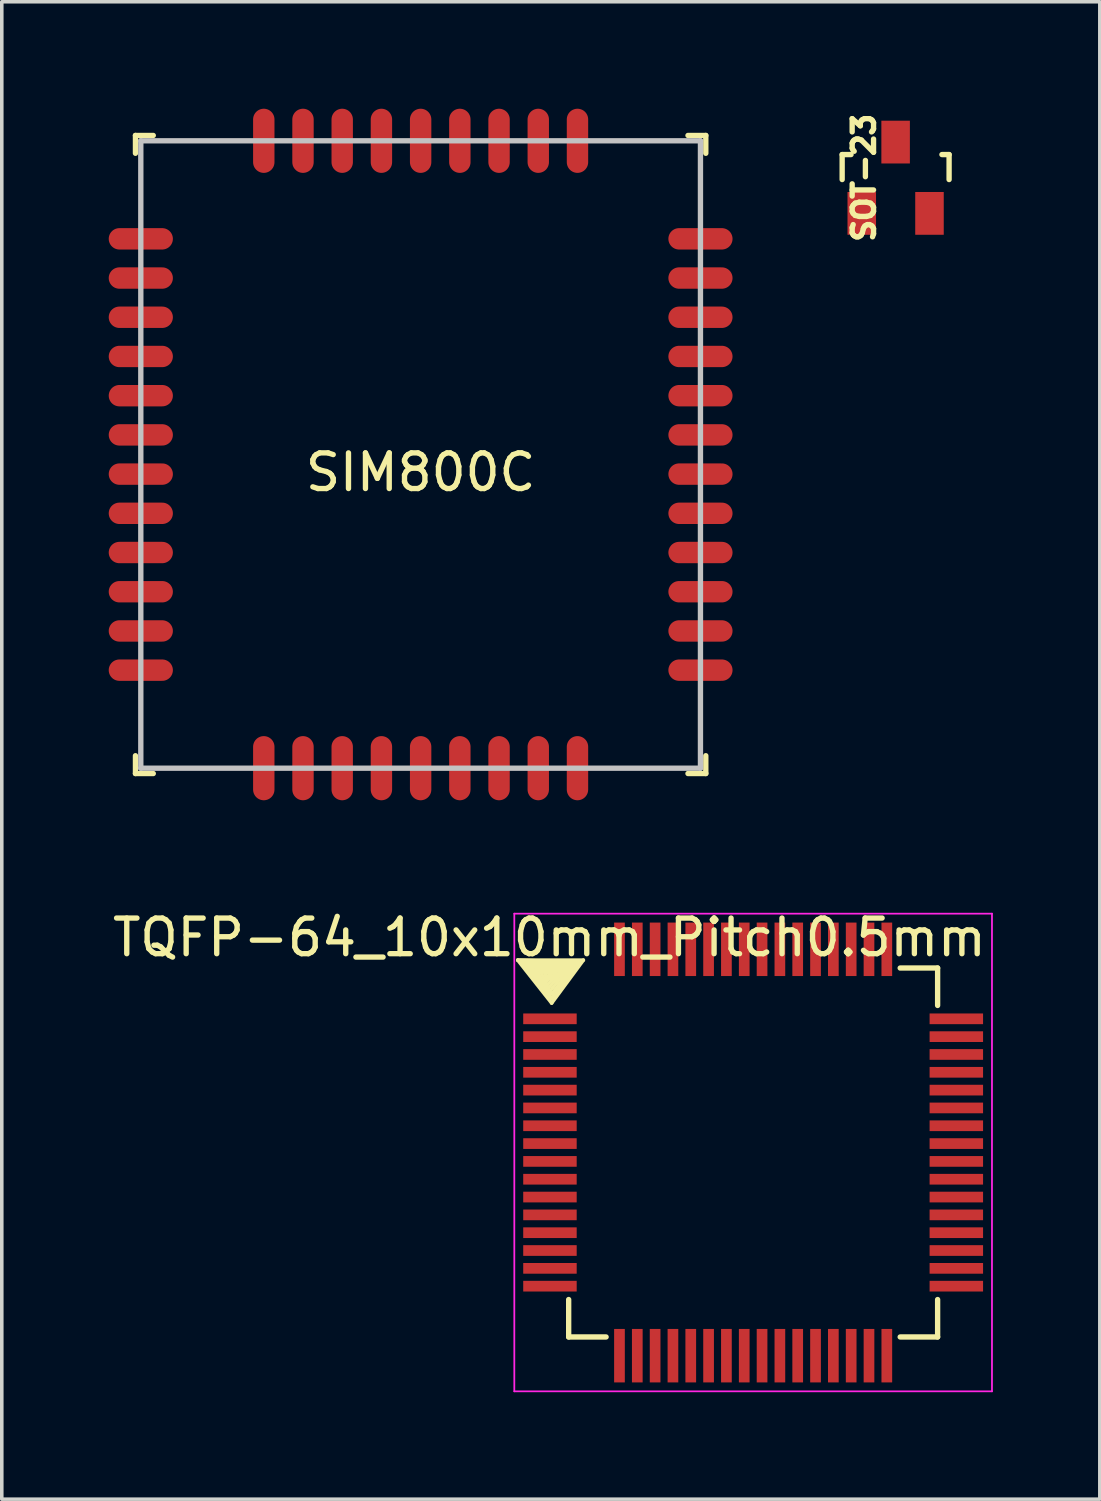
<source format=kicad_pcb>
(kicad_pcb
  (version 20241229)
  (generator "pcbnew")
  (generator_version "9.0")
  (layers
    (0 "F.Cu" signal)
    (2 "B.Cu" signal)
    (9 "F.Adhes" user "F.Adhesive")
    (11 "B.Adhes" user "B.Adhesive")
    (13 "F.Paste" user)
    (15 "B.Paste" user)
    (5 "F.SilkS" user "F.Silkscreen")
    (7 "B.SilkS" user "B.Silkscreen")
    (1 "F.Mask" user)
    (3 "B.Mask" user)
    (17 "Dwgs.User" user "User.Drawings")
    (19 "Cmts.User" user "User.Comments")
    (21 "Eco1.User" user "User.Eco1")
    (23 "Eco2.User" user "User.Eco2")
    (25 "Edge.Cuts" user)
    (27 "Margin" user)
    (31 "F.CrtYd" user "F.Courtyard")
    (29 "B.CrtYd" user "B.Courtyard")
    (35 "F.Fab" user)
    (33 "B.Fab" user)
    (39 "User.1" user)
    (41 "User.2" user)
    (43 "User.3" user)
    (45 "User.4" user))
  (footprint "TQFP-64_10x10mm_Pitch0.5mm"
    (layer "F.Cu")
    (at 18.078 29.281)
    (property "Reference" "TQFP-64_10x10mm_Pitch0.5mm" (at -5.715 -6.032 0) (layer "F.SilkS") (effects (font (size 1 1) (thickness 0.15))))
    (attr smd)
    (fp_line (start -6.604 -5.397) (end -4.889 -5.334) (stroke (width 0.1) (type solid)) (layer "F.SilkS"))
    (fp_line (start -6.604 -5.397) (end -4.763 -5.397) (stroke (width 0.1) (type solid)) (layer "F.SilkS"))
    (fp_line (start -6.477 -5.334) (end -5.016 -5.271) (stroke (width 0.1) (type solid)) (layer "F.SilkS"))
    (fp_line (start -6.35 -5.271) (end -5.144 -5.207) (stroke (width 0.1) (type solid)) (layer "F.SilkS"))
    (fp_line (start -6.223 -5.207) (end -5.271 -5.144) (stroke (width 0.1) (type solid)) (layer "F.SilkS"))
    (fp_line (start -6.096 -5.144) (end -5.397 -5.08) (stroke (width 0.1) (type solid)) (layer "F.SilkS"))
    (fp_line (start -5.969 -5.08) (end -5.524 -5.016) (stroke (width 0.1) (type solid)) (layer "F.SilkS"))
    (fp_line (start -5.842 -5.016) (end -5.715 -4.889) (stroke (width 0.1) (type solid)) (layer "F.SilkS"))
    (fp_line (start -5.779 -4.826) (end -5.842 -5.016) (stroke (width 0.1) (type solid)) (layer "F.SilkS"))
    (fp_line (start -5.779 -4.699) (end -5.969 -5.08) (stroke (width 0.1) (type solid)) (layer "F.SilkS"))
    (fp_line (start -5.779 -4.572) (end -6.096 -5.144) (stroke (width 0.1) (type solid)) (layer "F.SilkS"))
    (fp_line (start -5.715 -5.016) (end -5.652 -4.953) (stroke (width 0.1) (type solid)) (layer "F.SilkS"))
    (fp_line (start -5.715 -4.889) (end -5.715 -5.016) (stroke (width 0.1) (type solid)) (layer "F.SilkS"))
    (fp_line (start -5.715 -4.508) (end -6.223 -5.207) (stroke (width 0.1) (type solid)) (layer "F.SilkS"))
    (fp_line (start -5.652 -4.445) (end -6.35 -5.271) (stroke (width 0.1) (type solid)) (layer "F.SilkS"))
    (fp_line (start -5.652 -4.318) (end -6.477 -5.334) (stroke (width 0.1) (type solid)) (layer "F.SilkS"))
    (fp_line (start -5.652 -4.191) (end -6.604 -5.397) (stroke (width 0.1) (type solid)) (layer "F.SilkS"))
    (fp_line (start -5.524 -5.016) (end -5.779 -4.826) (stroke (width 0.1) (type solid)) (layer "F.SilkS"))
    (fp_line (start -5.397 -5.08) (end -5.779 -4.699) (stroke (width 0.1) (type solid)) (layer "F.SilkS"))
    (fp_line (start -5.271 -5.144) (end -5.779 -4.572) (stroke (width 0.1) (type solid)) (layer "F.SilkS"))
    (fp_line (start -5.175 5.175) (end -5.175 4.125) (stroke (width 0.15) (type solid)) (layer "F.SilkS"))
    (fp_line (start -5.175 5.175) (end -4.125 5.175) (stroke (width 0.15) (type solid)) (layer "F.SilkS"))
    (fp_line (start -5.144 -5.207) (end -5.715 -4.508) (stroke (width 0.1) (type solid)) (layer "F.SilkS"))
    (fp_line (start -5.016 -5.271) (end -5.652 -4.445) (stroke (width 0.1) (type solid)) (layer "F.SilkS"))
    (fp_line (start -4.889 -5.334) (end -5.652 -4.318) (stroke (width 0.1) (type solid)) (layer "F.SilkS"))
    (fp_line (start -4.763 -5.397) (end -5.652 -4.191) (stroke (width 0.1) (type solid)) (layer "F.SilkS"))
    (fp_line (start 5.175 -5.175) (end 4.125 -5.175) (stroke (width 0.15) (type solid)) (layer "F.SilkS"))
    (fp_line (start 5.175 -5.175) (end 5.175 -4.125) (stroke (width 0.15) (type solid)) (layer "F.SilkS"))
    (fp_line (start 5.175 5.175) (end 4.125 5.175) (stroke (width 0.15) (type solid)) (layer "F.SilkS"))
    (fp_line (start 5.175 5.175) (end 5.175 4.125) (stroke (width 0.15) (type solid)) (layer "F.SilkS"))
    (fp_line (start -6.7 -6.7) (end -6.7 6.7) (stroke (width 0.05) (type solid)) (layer "F.CrtYd"))
    (fp_line (start -6.7 -6.7) (end 6.7 -6.7) (stroke (width 0.05) (type solid)) (layer "F.CrtYd"))
    (fp_line (start -6.7 6.7) (end 6.7 6.7) (stroke (width 0.05) (type solid)) (layer "F.CrtYd"))
    (fp_line (start 6.7 -6.7) (end 6.7 6.7) (stroke (width 0.05) (type solid)) (layer "F.CrtYd"))
    (pad "1" smd rect (at -5.7 -3.75) (size 1.5 0.3) (layers "F.Cu" "F.Mask" "F.Paste"))
    (pad "2" smd rect (at -5.7 -3.25) (size 1.5 0.3) (layers "F.Cu" "F.Mask" "F.Paste"))
    (pad "3" smd rect (at -5.7 -2.75) (size 1.5 0.3) (layers "F.Cu" "F.Mask" "F.Paste"))
    (pad "4" smd rect (at -5.7 -2.25) (size 1.5 0.3) (layers "F.Cu" "F.Mask" "F.Paste"))
    (pad "5" smd rect (at -5.7 -1.75) (size 1.5 0.3) (layers "F.Cu" "F.Mask" "F.Paste"))
    (pad "6" smd rect (at -5.7 -1.25) (size 1.5 0.3) (layers "F.Cu" "F.Mask" "F.Paste"))
    (pad "7" smd rect (at -5.7 -0.75) (size 1.5 0.3) (layers "F.Cu" "F.Mask" "F.Paste"))
    (pad "8" smd rect (at -5.7 -0.25) (size 1.5 0.3) (layers "F.Cu" "F.Mask" "F.Paste"))
    (pad "9" smd rect (at -5.7 0.25) (size 1.5 0.3) (layers "F.Cu" "F.Mask" "F.Paste"))
    (pad "10" smd rect (at -5.7 0.75) (size 1.5 0.3) (layers "F.Cu" "F.Mask" "F.Paste"))
    (pad "11" smd rect (at -5.7 1.25) (size 1.5 0.3) (layers "F.Cu" "F.Mask" "F.Paste"))
    (pad "12" smd rect (at -5.7 1.75) (size 1.5 0.3) (layers "F.Cu" "F.Mask" "F.Paste"))
    (pad "13" smd rect (at -5.7 2.25) (size 1.5 0.3) (layers "F.Cu" "F.Mask" "F.Paste"))
    (pad "14" smd rect (at -5.7 2.75) (size 1.5 0.3) (layers "F.Cu" "F.Mask" "F.Paste"))
    (pad "15" smd rect (at -5.7 3.25) (size 1.5 0.3) (layers "F.Cu" "F.Mask" "F.Paste"))
    (pad "16" smd rect (at -5.7 3.75) (size 1.5 0.3) (layers "F.Cu" "F.Mask" "F.Paste"))
    (pad "17" smd rect (at -3.75 5.7 90) (size 1.5 0.3) (layers "F.Cu" "F.Mask" "F.Paste"))
    (pad "18" smd rect (at -3.25 5.7 90) (size 1.5 0.3) (layers "F.Cu" "F.Mask" "F.Paste"))
    (pad "19" smd rect (at -2.75 5.7 90) (size 1.5 0.3) (layers "F.Cu" "F.Mask" "F.Paste"))
    (pad "20" smd rect (at -2.25 5.7 90) (size 1.5 0.3) (layers "F.Cu" "F.Mask" "F.Paste"))
    (pad "21" smd rect (at -1.75 5.7 90) (size 1.5 0.3) (layers "F.Cu" "F.Mask" "F.Paste"))
    (pad "22" smd rect (at -1.25 5.7 90) (size 1.5 0.3) (layers "F.Cu" "F.Mask" "F.Paste"))
    (pad "23" smd rect (at -0.75 5.7 90) (size 1.5 0.3) (layers "F.Cu" "F.Mask" "F.Paste"))
    (pad "24" smd rect (at -0.25 5.7 90) (size 1.5 0.3) (layers "F.Cu" "F.Mask" "F.Paste"))
    (pad "25" smd rect (at 0.25 5.7 90) (size 1.5 0.3) (layers "F.Cu" "F.Mask" "F.Paste"))
    (pad "26" smd rect (at 0.75 5.7 90) (size 1.5 0.3) (layers "F.Cu" "F.Mask" "F.Paste"))
    (pad "27" smd rect (at 1.25 5.7 90) (size 1.5 0.3) (layers "F.Cu" "F.Mask" "F.Paste"))
    (pad "28" smd rect (at 1.75 5.7 90) (size 1.5 0.3) (layers "F.Cu" "F.Mask" "F.Paste"))
    (pad "29" smd rect (at 2.25 5.7 90) (size 1.5 0.3) (layers "F.Cu" "F.Mask" "F.Paste"))
    (pad "30" smd rect (at 2.75 5.7 90) (size 1.5 0.3) (layers "F.Cu" "F.Mask" "F.Paste"))
    (pad "31" smd rect (at 3.25 5.7 90) (size 1.5 0.3) (layers "F.Cu" "F.Mask" "F.Paste"))
    (pad "32" smd rect (at 3.75 5.7 90) (size 1.5 0.3) (layers "F.Cu" "F.Mask" "F.Paste"))
    (pad "33" smd rect (at 5.7 3.75) (size 1.5 0.3) (layers "F.Cu" "F.Mask" "F.Paste"))
    (pad "34" smd rect (at 5.7 3.25) (size 1.5 0.3) (layers "F.Cu" "F.Mask" "F.Paste"))
    (pad "35" smd rect (at 5.7 2.75) (size 1.5 0.3) (layers "F.Cu" "F.Mask" "F.Paste"))
    (pad "36" smd rect (at 5.7 2.25) (size 1.5 0.3) (layers "F.Cu" "F.Mask" "F.Paste"))
    (pad "37" smd rect (at 5.7 1.75) (size 1.5 0.3) (layers "F.Cu" "F.Mask" "F.Paste"))
    (pad "38" smd rect (at 5.7 1.25) (size 1.5 0.3) (layers "F.Cu" "F.Mask" "F.Paste"))
    (pad "39" smd rect (at 5.7 0.75) (size 1.5 0.3) (layers "F.Cu" "F.Mask" "F.Paste"))
    (pad "40" smd rect (at 5.7 0.25) (size 1.5 0.3) (layers "F.Cu" "F.Mask" "F.Paste"))
    (pad "41" smd rect (at 5.7 -0.25) (size 1.5 0.3) (layers "F.Cu" "F.Mask" "F.Paste"))
    (pad "42" smd rect (at 5.7 -0.75) (size 1.5 0.3) (layers "F.Cu" "F.Mask" "F.Paste"))
    (pad "43" smd rect (at 5.7 -1.25) (size 1.5 0.3) (layers "F.Cu" "F.Mask" "F.Paste"))
    (pad "44" smd rect (at 5.7 -1.75) (size 1.5 0.3) (layers "F.Cu" "F.Mask" "F.Paste"))
    (pad "45" smd rect (at 5.7 -2.25) (size 1.5 0.3) (layers "F.Cu" "F.Mask" "F.Paste"))
    (pad "46" smd rect (at 5.7 -2.75) (size 1.5 0.3) (layers "F.Cu" "F.Mask" "F.Paste"))
    (pad "47" smd rect (at 5.7 -3.25) (size 1.5 0.3) (layers "F.Cu" "F.Mask" "F.Paste"))
    (pad "48" smd rect (at 5.7 -3.75) (size 1.5 0.3) (layers "F.Cu" "F.Mask" "F.Paste"))
    (pad "49" smd rect (at 3.75 -5.7 90) (size 1.5 0.3) (layers "F.Cu" "F.Mask" "F.Paste"))
    (pad "50" smd rect (at 3.25 -5.7 90) (size 1.5 0.3) (layers "F.Cu" "F.Mask" "F.Paste"))
    (pad "51" smd rect (at 2.75 -5.7 90) (size 1.5 0.3) (layers "F.Cu" "F.Mask" "F.Paste"))
    (pad "52" smd rect (at 2.25 -5.7 90) (size 1.5 0.3) (layers "F.Cu" "F.Mask" "F.Paste"))
    (pad "53" smd rect (at 1.75 -5.7 90) (size 1.5 0.3) (layers "F.Cu" "F.Mask" "F.Paste"))
    (pad "54" smd rect (at 1.25 -5.7 90) (size 1.5 0.3) (layers "F.Cu" "F.Mask" "F.Paste"))
    (pad "55" smd rect (at 0.75 -5.7 90) (size 1.5 0.3) (layers "F.Cu" "F.Mask" "F.Paste"))
    (pad "56" smd rect (at 0.25 -5.7 90) (size 1.5 0.3) (layers "F.Cu" "F.Mask" "F.Paste"))
    (pad "57" smd rect (at -0.25 -5.7 90) (size 1.5 0.3) (layers "F.Cu" "F.Mask" "F.Paste"))
    (pad "58" smd rect (at -0.75 -5.7 90) (size 1.5 0.3) (layers "F.Cu" "F.Mask" "F.Paste"))
    (pad "59" smd rect (at -1.25 -5.7 90) (size 1.5 0.3) (layers "F.Cu" "F.Mask" "F.Paste"))
    (pad "60" smd rect (at -1.75 -5.7 90) (size 1.5 0.3) (layers "F.Cu" "F.Mask" "F.Paste"))
    (pad "61" smd rect (at -2.25 -5.7 90) (size 1.5 0.3) (layers "F.Cu" "F.Mask" "F.Paste"))
    (pad "62" smd rect (at -2.75 -5.7 90) (size 1.5 0.3) (layers "F.Cu" "F.Mask" "F.Paste"))
    (pad "63" smd rect (at -3.25 -5.7 90) (size 1.5 0.3) (layers "F.Cu" "F.Mask" "F.Paste"))
    (pad "64" smd rect (at -3.75 -5.7 90) (size 1.5 0.3) (layers "F.Cu" "F.Mask" "F.Paste")))
  (footprint "SOT-23"
    (layer "F.Cu")
    (at 22.075 1.936)
    (property "Reference" "SOT-23" (at -0.889 0 90) (layer "F.SilkS") (effects (font (size 0.6 0.6) (thickness 0.15))))
    (attr smd)
    (fp_line (start -1.5 -0.65) (end -1.251 -0.65) (stroke (width 0.15) (type solid)) (layer "F.SilkS"))
    (fp_line (start -1.5 0.051) (end -1.5 -0.65) (stroke (width 0.15) (type solid)) (layer "F.SilkS"))
    (fp_line (start 1.299 -0.65) (end 1.5 -0.65) (stroke (width 0.15) (type solid)) (layer "F.SilkS"))
    (fp_line (start 1.5 -0.65) (end 1.5 0.051) (stroke (width 0.15) (type solid)) (layer "F.SilkS"))
    (pad "1" smd rect (at -0.95 1) (size 0.8 1.2) (layers "F.Cu" "F.Mask" "F.Paste"))
    (pad "2" smd rect (at 0.95 1) (size 0.8 1.2) (layers "F.Cu" "F.Mask" "F.Paste"))
    (pad "3" smd rect (at 0 -1) (size 0.8 1.2) (layers "F.Cu" "F.Mask" "F.Paste")))
  (footprint "SIM800C"
    (layer "F.Cu")
    (at 8.75 9.7)
    (property "Reference" "SIM800C" (at 0 0.5 0) (layer "F.SilkS") (effects (font (size 1 1) (thickness 0.15))))
    (attr through_hole)
    (fp_line (start -8 -8.95) (end -8 -8.45) (stroke (width 0.15) (type solid)) (layer "F.SilkS"))
    (fp_line (start -8 -8.95) (end -7.5 -8.95) (stroke (width 0.15) (type solid)) (layer "F.SilkS"))
    (fp_line (start -8 8.95) (end -8 8.45) (stroke (width 0.15) (type solid)) (layer "F.SilkS"))
    (fp_line (start -8 8.95) (end -7.5 8.95) (stroke (width 0.15) (type solid)) (layer "F.SilkS"))
    (fp_line (start 8 -8.95) (end 7.5 -8.95) (stroke (width 0.15) (type solid)) (layer "F.SilkS"))
    (fp_line (start 8 -8.95) (end 8 -8.45) (stroke (width 0.15) (type solid)) (layer "F.SilkS"))
    (fp_line (start 8 8.95) (end 7.5 8.95) (stroke (width 0.15) (type solid)) (layer "F.SilkS"))
    (fp_line (start 8 8.95) (end 8 8.45) (stroke (width 0.15) (type solid)) (layer "F.SilkS"))
    (fp_line (start -7.85 -8.8) (end 7.85 -8.8) (stroke (width 0.15) (type solid)) (layer "Dwgs.User"))
    (fp_line (start -7.85 8.8) (end -7.85 -8.8) (stroke (width 0.15) (type solid)) (layer "Dwgs.User"))
    (fp_line (start -7.85 8.8) (end 7.85 8.8) (stroke (width 0.15) (type solid)) (layer "Dwgs.User"))
    (fp_line (start 7.85 -8.8) (end 7.85 8.8) (stroke (width 0.15) (type solid)) (layer "Dwgs.User"))
    (pad "1" smd oval (at -7.85 -6.05) (size 1.8 0.6) (layers "F.Cu" "F.Mask" "F.Paste"))
    (pad "2" smd oval (at -7.85 -4.95) (size 1.8 0.6) (layers "F.Cu" "F.Mask" "F.Paste"))
    (pad "3" smd oval (at -7.85 -3.85) (size 1.8 0.6) (layers "F.Cu" "F.Mask" "F.Paste"))
    (pad "4" smd oval (at -7.85 -2.75) (size 1.8 0.6) (layers "F.Cu" "F.Mask" "F.Paste"))
    (pad "5" smd oval (at -7.85 -1.65) (size 1.8 0.6) (layers "F.Cu" "F.Mask" "F.Paste"))
    (pad "6" smd oval (at -7.85 -0.55) (size 1.8 0.6) (layers "F.Cu" "F.Mask" "F.Paste"))
    (pad "7" smd oval (at -7.85 0.55) (size 1.8 0.6) (layers "F.Cu" "F.Mask" "F.Paste"))
    (pad "8" smd oval (at -7.85 1.65) (size 1.8 0.6) (layers "F.Cu" "F.Mask" "F.Paste"))
    (pad "9" smd oval (at -7.85 2.75) (size 1.8 0.6) (layers "F.Cu" "F.Mask" "F.Paste"))
    (pad "10" smd oval (at -7.85 3.85) (size 1.8 0.6) (layers "F.Cu" "F.Mask" "F.Paste"))
    (pad "11" smd oval (at -7.85 4.95) (size 1.8 0.6) (layers "F.Cu" "F.Mask" "F.Paste"))
    (pad "12" smd oval (at -7.85 6.05) (size 1.8 0.6) (layers "F.Cu" "F.Mask" "F.Paste"))
    (pad "22" smd oval (at 7.85 6.05) (size 1.8 0.6) (layers "F.Cu" "F.Mask" "F.Paste"))
    (pad "23" smd oval (at 7.85 4.95) (size 1.8 0.6) (layers "F.Cu" "F.Mask" "F.Paste"))
    (pad "24" smd oval (at 7.85 3.85) (size 1.8 0.6) (layers "F.Cu" "F.Mask" "F.Paste"))
    (pad "25" smd oval (at 7.85 2.75) (size 1.8 0.6) (layers "F.Cu" "F.Mask" "F.Paste"))
    (pad "26" smd oval (at 7.85 1.65) (size 1.8 0.6) (layers "F.Cu" "F.Mask" "F.Paste"))
    (pad "27" smd oval (at 7.85 0.55) (size 1.8 0.6) (layers "F.Cu" "F.Mask" "F.Paste"))
    (pad "28" smd oval (at 7.85 -0.55) (size 1.8 0.6) (layers "F.Cu" "F.Mask" "F.Paste"))
    (pad "29" smd oval (at 7.85 -1.65) (size 1.8 0.6) (layers "F.Cu" "F.Mask" "F.Paste"))
    (pad "30" smd oval (at 7.85 -2.75) (size 1.8 0.6) (layers "F.Cu" "F.Mask" "F.Paste"))
    (pad "31" smd oval (at 7.85 -3.85) (size 1.8 0.6) (layers "F.Cu" "F.Mask" "F.Paste"))
    (pad "32" smd oval (at 7.85 -4.95) (size 1.8 0.6) (layers "F.Cu" "F.Mask" "F.Paste"))
    (pad "33" smd oval (at 7.85 -6.05) (size 1.8 0.6) (layers "F.Cu" "F.Mask" "F.Paste"))
    (pad "42" smd oval (at -4.4 -8.8 90) (size 1.8 0.6) (layers "F.Cu" "F.Mask" "F.Paste"))
    (pad "42" smd oval (at -3.3 -8.8 90) (size 1.8 0.6) (layers "F.Cu" "F.Mask" "F.Paste"))
    (pad "42" smd oval (at -2.2 -8.8 90) (size 1.8 0.6) (layers "F.Cu" "F.Mask" "F.Paste"))
    (pad "42" smd oval (at -1.1 -8.8 90) (size 1.8 0.6) (layers "F.Cu" "F.Mask" "F.Paste"))
    (pad "42" smd oval (at 0 -8.8 90) (size 1.8 0.6) (layers "F.Cu" "F.Mask" "F.Paste"))
    (pad "42" smd oval (at 1.1 -8.8 90) (size 1.8 0.6) (layers "F.Cu" "F.Mask" "F.Paste"))
    (pad "42" smd oval (at 2.2 -8.8 90) (size 1.8 0.6) (layers "F.Cu" "F.Mask" "F.Paste"))
    (pad "42" smd oval (at 3.3 -8.8 90) (size 1.8 0.6) (layers "F.Cu" "F.Mask" "F.Paste"))
    (pad "42" smd oval (at 4.4 -8.8 90) (size 1.8 0.6) (layers "F.Cu" "F.Mask" "F.Paste"))
    (pad "43" smd oval (at -4.4 8.8 90) (size 1.8 0.6) (layers "F.Cu" "F.Mask" "F.Paste"))
    (pad "43" smd oval (at -3.3 8.8 90) (size 1.8 0.6) (layers "F.Cu" "F.Mask" "F.Paste"))
    (pad "43" smd oval (at -2.2 8.8 90) (size 1.8 0.6) (layers "F.Cu" "F.Mask" "F.Paste"))
    (pad "43" smd oval (at -1.1 8.8 90) (size 1.8 0.6) (layers "F.Cu" "F.Mask" "F.Paste"))
    (pad "43" smd oval (at 0 8.8 90) (size 1.8 0.6) (layers "F.Cu" "F.Mask" "F.Paste"))
    (pad "43" smd oval (at 1.1 8.8 90) (size 1.8 0.6) (layers "F.Cu" "F.Mask" "F.Paste"))
    (pad "43" smd oval (at 2.2 8.8 90) (size 1.8 0.6) (layers "F.Cu" "F.Mask" "F.Paste"))
    (pad "43" smd oval (at 3.3 8.8 90) (size 1.8 0.6) (layers "F.Cu" "F.Mask" "F.Paste"))
    (pad "43" smd oval (at 4.4 8.8 90) (size 1.8 0.6) (layers "F.Cu" "F.Mask" "F.Paste")))
  (gr_rect
    (start -3 -3)
    (end 27.803 39.006)
    (stroke (width 0.1) (type default))
    (fill no)
    (layer "Edge.Cuts")))
</source>
